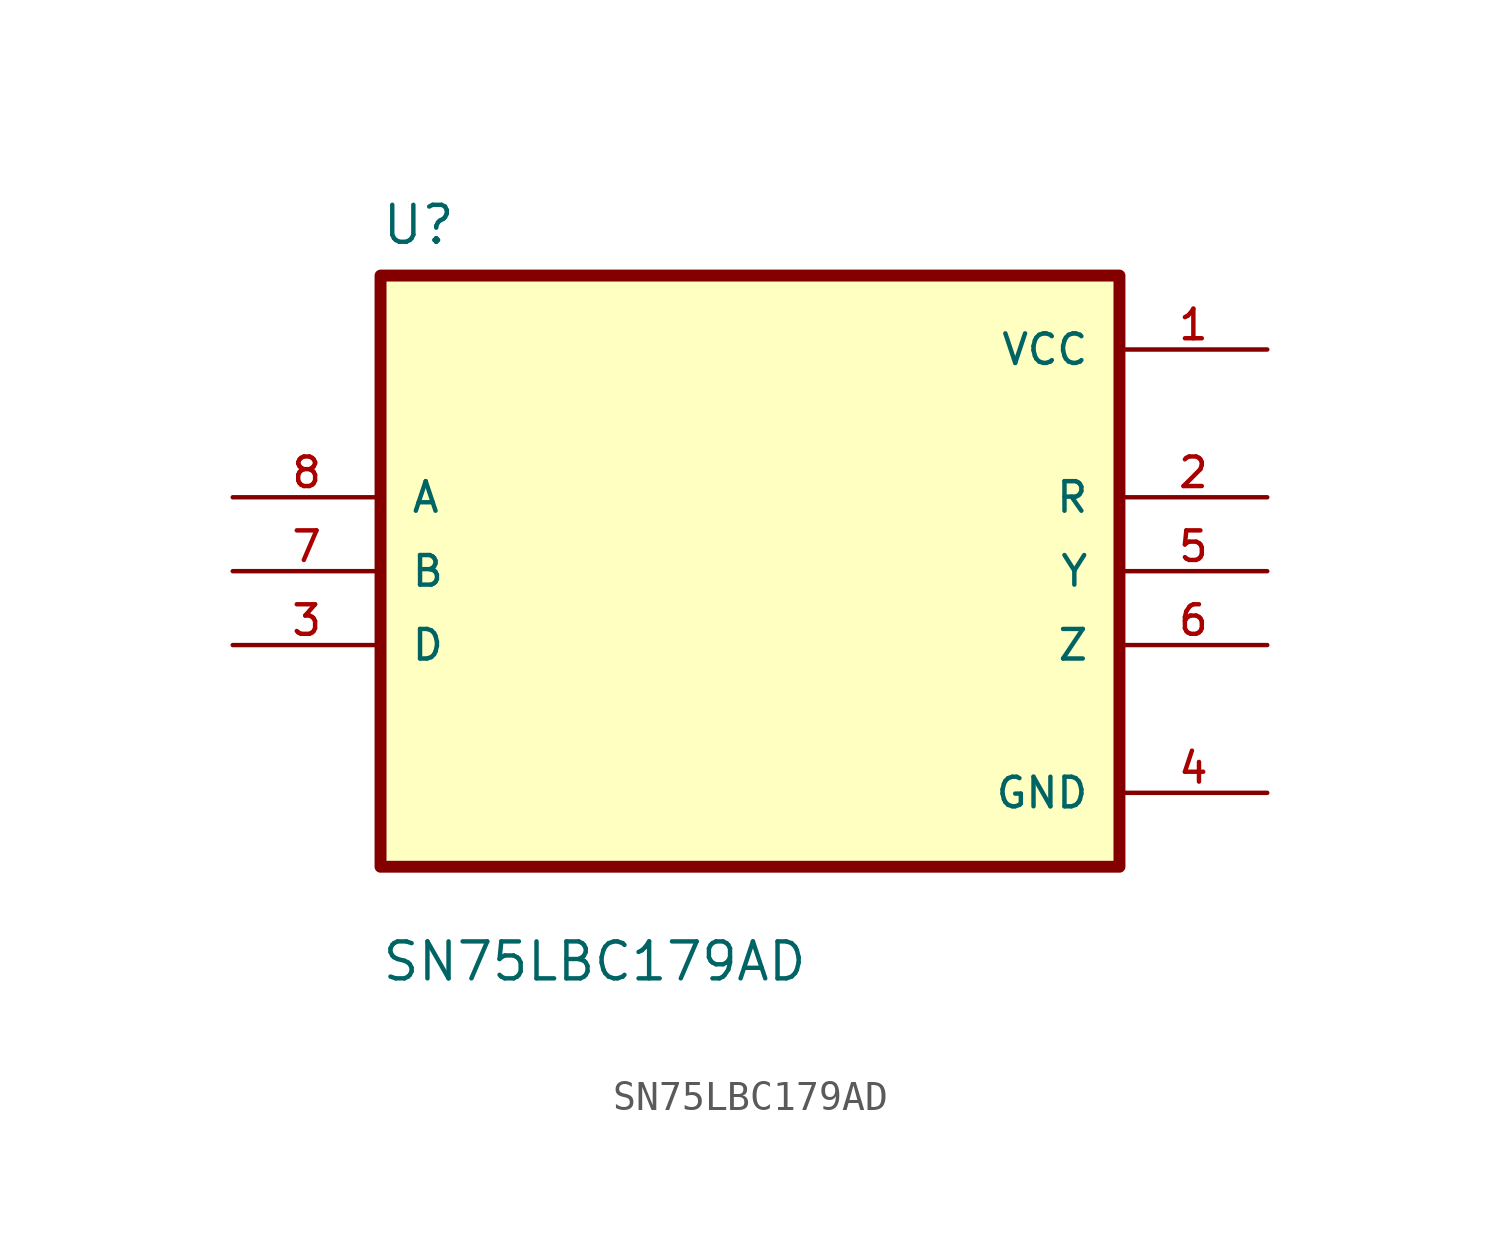
<source format=kicad_sym>
(kicad_symbol_lib
  (version 20231120)
  (generator "kicad_symbol_editor")
  (generator_version "8.0")
  (symbol "SN75LBC179AD"
    (pin_names
      (offset 1.016))
    (property "Reference" "U"
      (at -12.7 11.16 0)
      (effects (font (size 1.27 1.27)) (justify left bottom)))
    (property "Value" "SN75LBC179AD"
      (at -12.7 -14.16 0)
      (effects (font (size 1.27 1.27)) (justify left bottom)))
    (symbol "SN75LBC179AD_0_0"
      (rectangle (start -12.7 -10.16) (end 12.7 10.16) (stroke (width 0.41) (type default)) (fill (type background)))
      (pin power_in line (at 17.78 7.62 180) (length 5.08) (name "VCC" (effects (font (size 1.016 1.016)))) (number "1" (effects (font (size 1.016 1.016)))))
      (pin output line (at 17.78 2.54 180) (length 5.08) (name "R" (effects (font (size 1.016 1.016)))) (number "2" (effects (font (size 1.016 1.016)))))
      (pin input line (at -17.78 -2.54 0) (length 5.08) (name "D" (effects (font (size 1.016 1.016)))) (number "3" (effects (font (size 1.016 1.016)))))
      (pin power_in line (at 17.78 -7.62 180) (length 5.08) (name "GND" (effects (font (size 1.016 1.016)))) (number "4" (effects (font (size 1.016 1.016)))))
      (pin output line (at 17.78 0 180) (length 5.08) (name "Y" (effects (font (size 1.016 1.016)))) (number "5" (effects (font (size 1.016 1.016)))))
      (pin output line (at 17.78 -2.54 180) (length 5.08) (name "Z" (effects (font (size 1.016 1.016)))) (number "6" (effects (font (size 1.016 1.016)))))
      (pin input line (at -17.78 0 0) (length 5.08) (name "B" (effects (font (size 1.016 1.016)))) (number "7" (effects (font (size 1.016 1.016)))))
      (pin input line (at -17.78 2.54 0) (length 5.08) (name "A" (effects (font (size 1.016 1.016)))) (number "8" (effects (font (size 1.016 1.016))))))))
</source>
